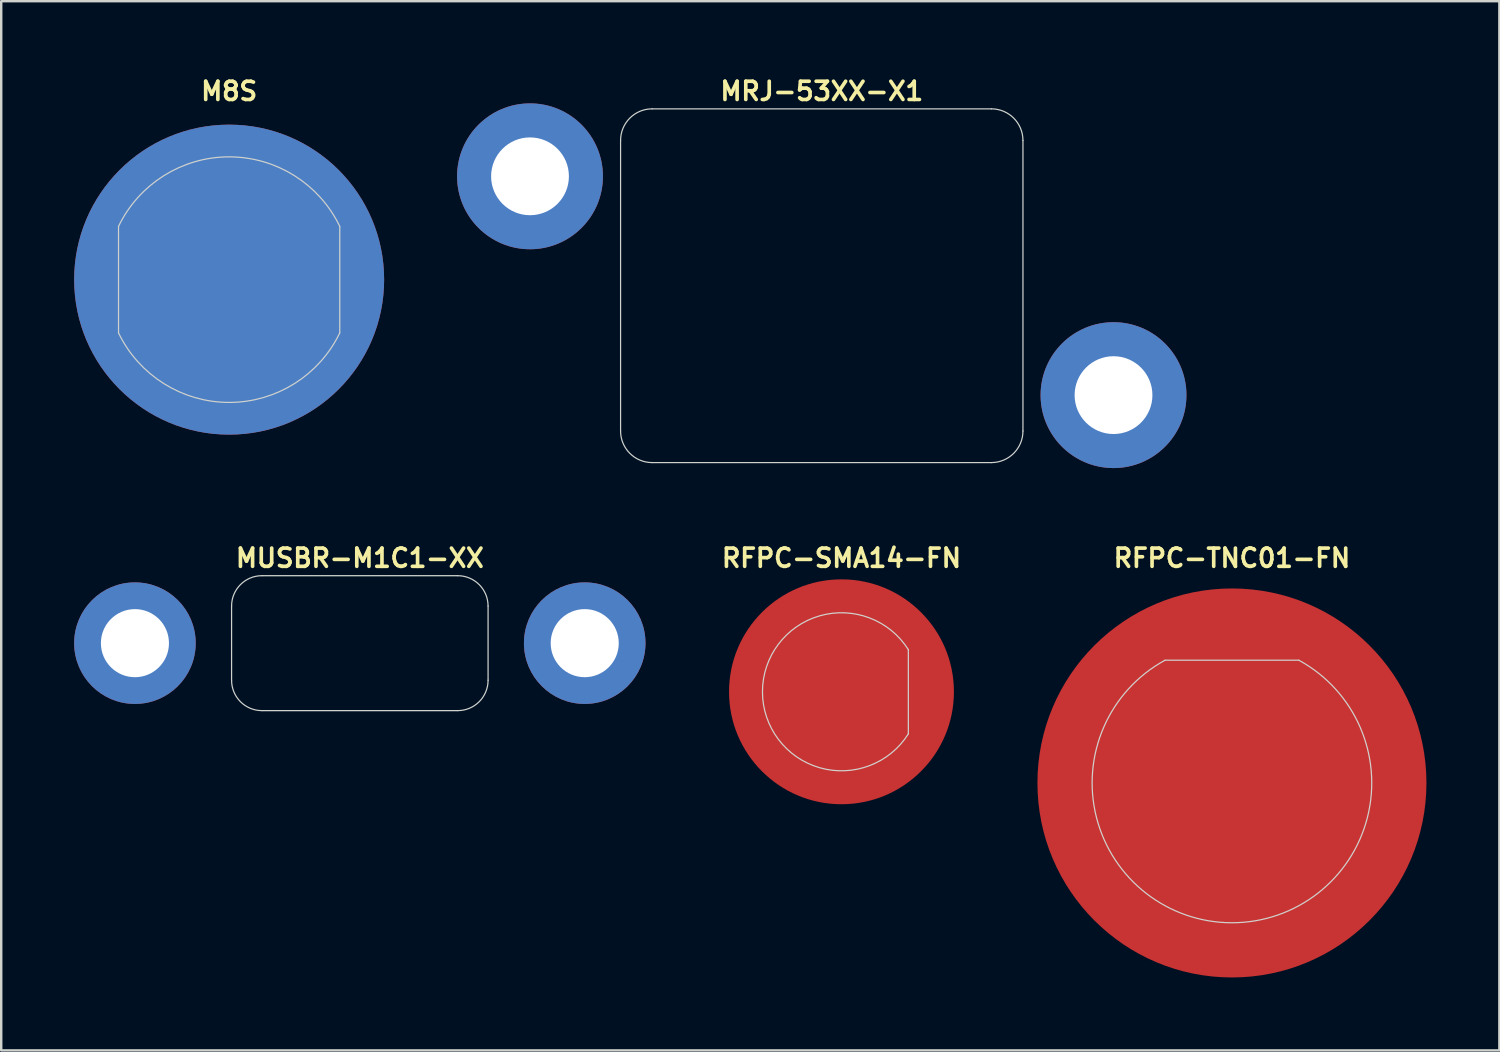
<source format=kicad_pcb>
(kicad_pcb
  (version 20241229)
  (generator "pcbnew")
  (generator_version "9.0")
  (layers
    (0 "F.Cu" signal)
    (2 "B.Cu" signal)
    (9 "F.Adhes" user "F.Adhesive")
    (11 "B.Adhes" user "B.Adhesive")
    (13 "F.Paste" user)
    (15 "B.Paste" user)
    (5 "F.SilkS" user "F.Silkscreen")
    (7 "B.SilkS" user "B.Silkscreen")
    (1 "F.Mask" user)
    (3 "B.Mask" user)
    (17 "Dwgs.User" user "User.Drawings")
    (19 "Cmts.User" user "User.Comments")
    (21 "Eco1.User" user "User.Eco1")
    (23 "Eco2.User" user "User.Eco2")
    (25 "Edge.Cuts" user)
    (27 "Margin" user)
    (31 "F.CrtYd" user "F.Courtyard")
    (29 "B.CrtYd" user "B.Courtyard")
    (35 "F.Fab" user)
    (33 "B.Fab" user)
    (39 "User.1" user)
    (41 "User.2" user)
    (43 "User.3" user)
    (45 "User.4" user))
  (footprint "RFPC-TNC01-FN"
    (layer "F.Cu")
    (at 47.621 29.154)
    (property "Reference" "RFPC-TNC01-FN" (at 0 -9.25 0) (unlocked yes) (layer "F.SilkS") (effects (font (size 0.75 0.75) (thickness 0.15))))
    (fp_line (start -2.75 -5.05) (end 2.75 -5.05) (stroke (width 0.05) (type solid)) (layer "Edge.Cuts"))
    (fp_arc (start 2.74954 -5.05) (mid 0 5.749997) (end -2.74954 -5.05) (stroke (width 0.05) (type default)) (layer "Edge.Cuts"))
    (pad "1" smd circle (at 0 0) (size 16 16) (layers "F.Cu" "F.Mask")))
  (footprint "M8S"
    (layer "F.Cu")
    (at 6.375 8.452)
    (property "Reference" "M8S" (at 0 -7.75 0) (unlocked yes) (layer "F.SilkS") (effects (font (size 0.75 0.75) (thickness 0.15))))
    (fp_line (start -4.55 -2.191) (end -4.55 2.191) (stroke (width 0.05) (type solid)) (layer "Edge.Cuts"))
    (fp_line (start 4.55 -2.191) (end 4.55 2.191) (stroke (width 0.05) (type solid)) (layer "Edge.Cuts"))
    (fp_arc (start -4.55 -2.19089) (mid 0 -5.05) (end 4.55 -2.19089) (stroke (width 0.05) (type default)) (layer "Edge.Cuts"))
    (fp_arc (start 4.549999 2.19089) (mid 0 5.049999) (end -4.549999 2.19089) (stroke (width 0.05) (type default)) (layer "Edge.Cuts"))
    (pad "1" smd circle (at 0 0) (size 12.75 12.75) (layers "F.Cu" "F.Mask"))
    (pad "1" smd circle (at 0 0) (size 12.75 12.75) (layers "B.Cu" "B.Mask")))
  (footprint "MRJ-53XX-X1"
    (layer "F.Cu")
    (at 30.75 8.702)
    (property "Reference" "MRJ-53XX-X1" (at 0 -8 0) (unlocked yes) (layer "F.SilkS") (effects (font (size 0.75 0.75) (thickness 0.15) (bold yes))))
    (fp_line (start -8.275 -5.975) (end -8.275 5.975) (stroke (width 0.05) (type default)) (layer "Edge.Cuts"))
    (fp_line (start -6.975 7.275) (end 6.975 7.275) (stroke (width 0.05) (type default)) (layer "Edge.Cuts"))
    (fp_line (start 6.975 -7.275) (end -6.975 -7.275) (stroke (width 0.05) (type default)) (layer "Edge.Cuts"))
    (fp_line (start 8.275 5.975) (end 8.275 -5.975) (stroke (width 0.05) (type default)) (layer "Edge.Cuts"))
    (fp_arc (start -8.275 -5.975) (mid -7.894239 -6.894239) (end -6.975 -7.275) (stroke (width 0.05) (type default)) (layer "Edge.Cuts"))
    (fp_arc (start -6.975 7.275) (mid -7.894239 6.894239) (end -8.275 5.975) (stroke (width 0.05) (type default)) (layer "Edge.Cuts"))
    (fp_arc (start 6.975 -7.275) (mid 7.894239 -6.894239) (end 8.275 -5.975) (stroke (width 0.05) (type default)) (layer "Edge.Cuts"))
    (fp_arc (start 8.275 5.975) (mid 7.894239 6.894239) (end 6.975 7.275) (stroke (width 0.05) (type default)) (layer "Edge.Cuts"))
    (pad "1" thru_hole circle (at -12 -4.5) (size 6 6) (drill 3.2) (layers "*.Cu" "*.Mask"))
    (pad "2" thru_hole circle (at 12 4.5) (size 6 6) (drill 3.2) (layers "*.Cu" "*.Mask")))
  (footprint "RFPC-SMA14-FN"
    (layer "F.Cu")
    (at 31.561 25.404)
    (property "Reference" "RFPC-SMA14-FN" (at 0 -5.5 0) (unlocked yes) (layer "F.SilkS") (effects (font (size 0.75 0.75) (thickness 0.15))))
    (fp_line (start 2.75 -1.732) (end 2.75 1.732) (stroke (width 0.05) (type solid)) (layer "Edge.Cuts"))
    (fp_arc (start 2.75 1.73205) (mid -3.25 0) (end 2.75 -1.73205) (stroke (width 0.05) (type default)) (layer "Edge.Cuts"))
    (pad "1" smd circle (at 0 0) (size 9.25 9.25) (layers "F.Cu" "F.Mask")))
  (footprint "MUSBR-M1C1-XX"
    (layer "F.Cu")
    (at 11.75 23.404)
    (property "Reference" "MUSBR-M1C1-XX" (at 0 -3.5 0) (unlocked yes) (layer "F.SilkS") (effects (font (size 0.75 0.75) (thickness 0.15))))
    (fp_line (start -5.275 -1.525) (end -5.275 1.525) (stroke (width 0.05) (type default)) (layer "Edge.Cuts"))
    (fp_line (start -4.025 2.775) (end 4.025 2.775) (stroke (width 0.05) (type default)) (layer "Edge.Cuts"))
    (fp_line (start 4.025 -2.775) (end -4.025 -2.775) (stroke (width 0.05) (type default)) (layer "Edge.Cuts"))
    (fp_line (start 5.275 1.525) (end 5.275 -1.525) (stroke (width 0.05) (type default)) (layer "Edge.Cuts"))
    (fp_arc (start -5.275 -1.525) (mid -4.908883 -2.408883) (end -4.025 -2.775) (stroke (width 0.05) (type default)) (layer "Edge.Cuts"))
    (fp_arc (start -4.025 2.775) (mid -4.908883 2.408883) (end -5.275 1.525) (stroke (width 0.05) (type default)) (layer "Edge.Cuts"))
    (fp_arc (start 4.025 -2.775) (mid 4.908883 -2.408883) (end 5.275 -1.525) (stroke (width 0.05) (type default)) (layer "Edge.Cuts"))
    (fp_arc (start 5.275 1.525) (mid 4.908883 2.408883) (end 4.025 2.775) (stroke (width 0.05) (type default)) (layer "Edge.Cuts"))
    (pad "1" thru_hole circle (at -9.25 0) (size 5 5) (drill 2.8) (layers "*.Cu" "*.Mask"))
    (pad "2" thru_hole circle (at 9.25 0) (size 5 5) (drill 2.8) (layers "*.Cu" "*.Mask")))
  (gr_rect
    (start -3 -3)
    (end 58.621 40.154)
    (stroke (width 0.1) (type default))
    (fill no)
    (layer "Edge.Cuts")))
</source>
